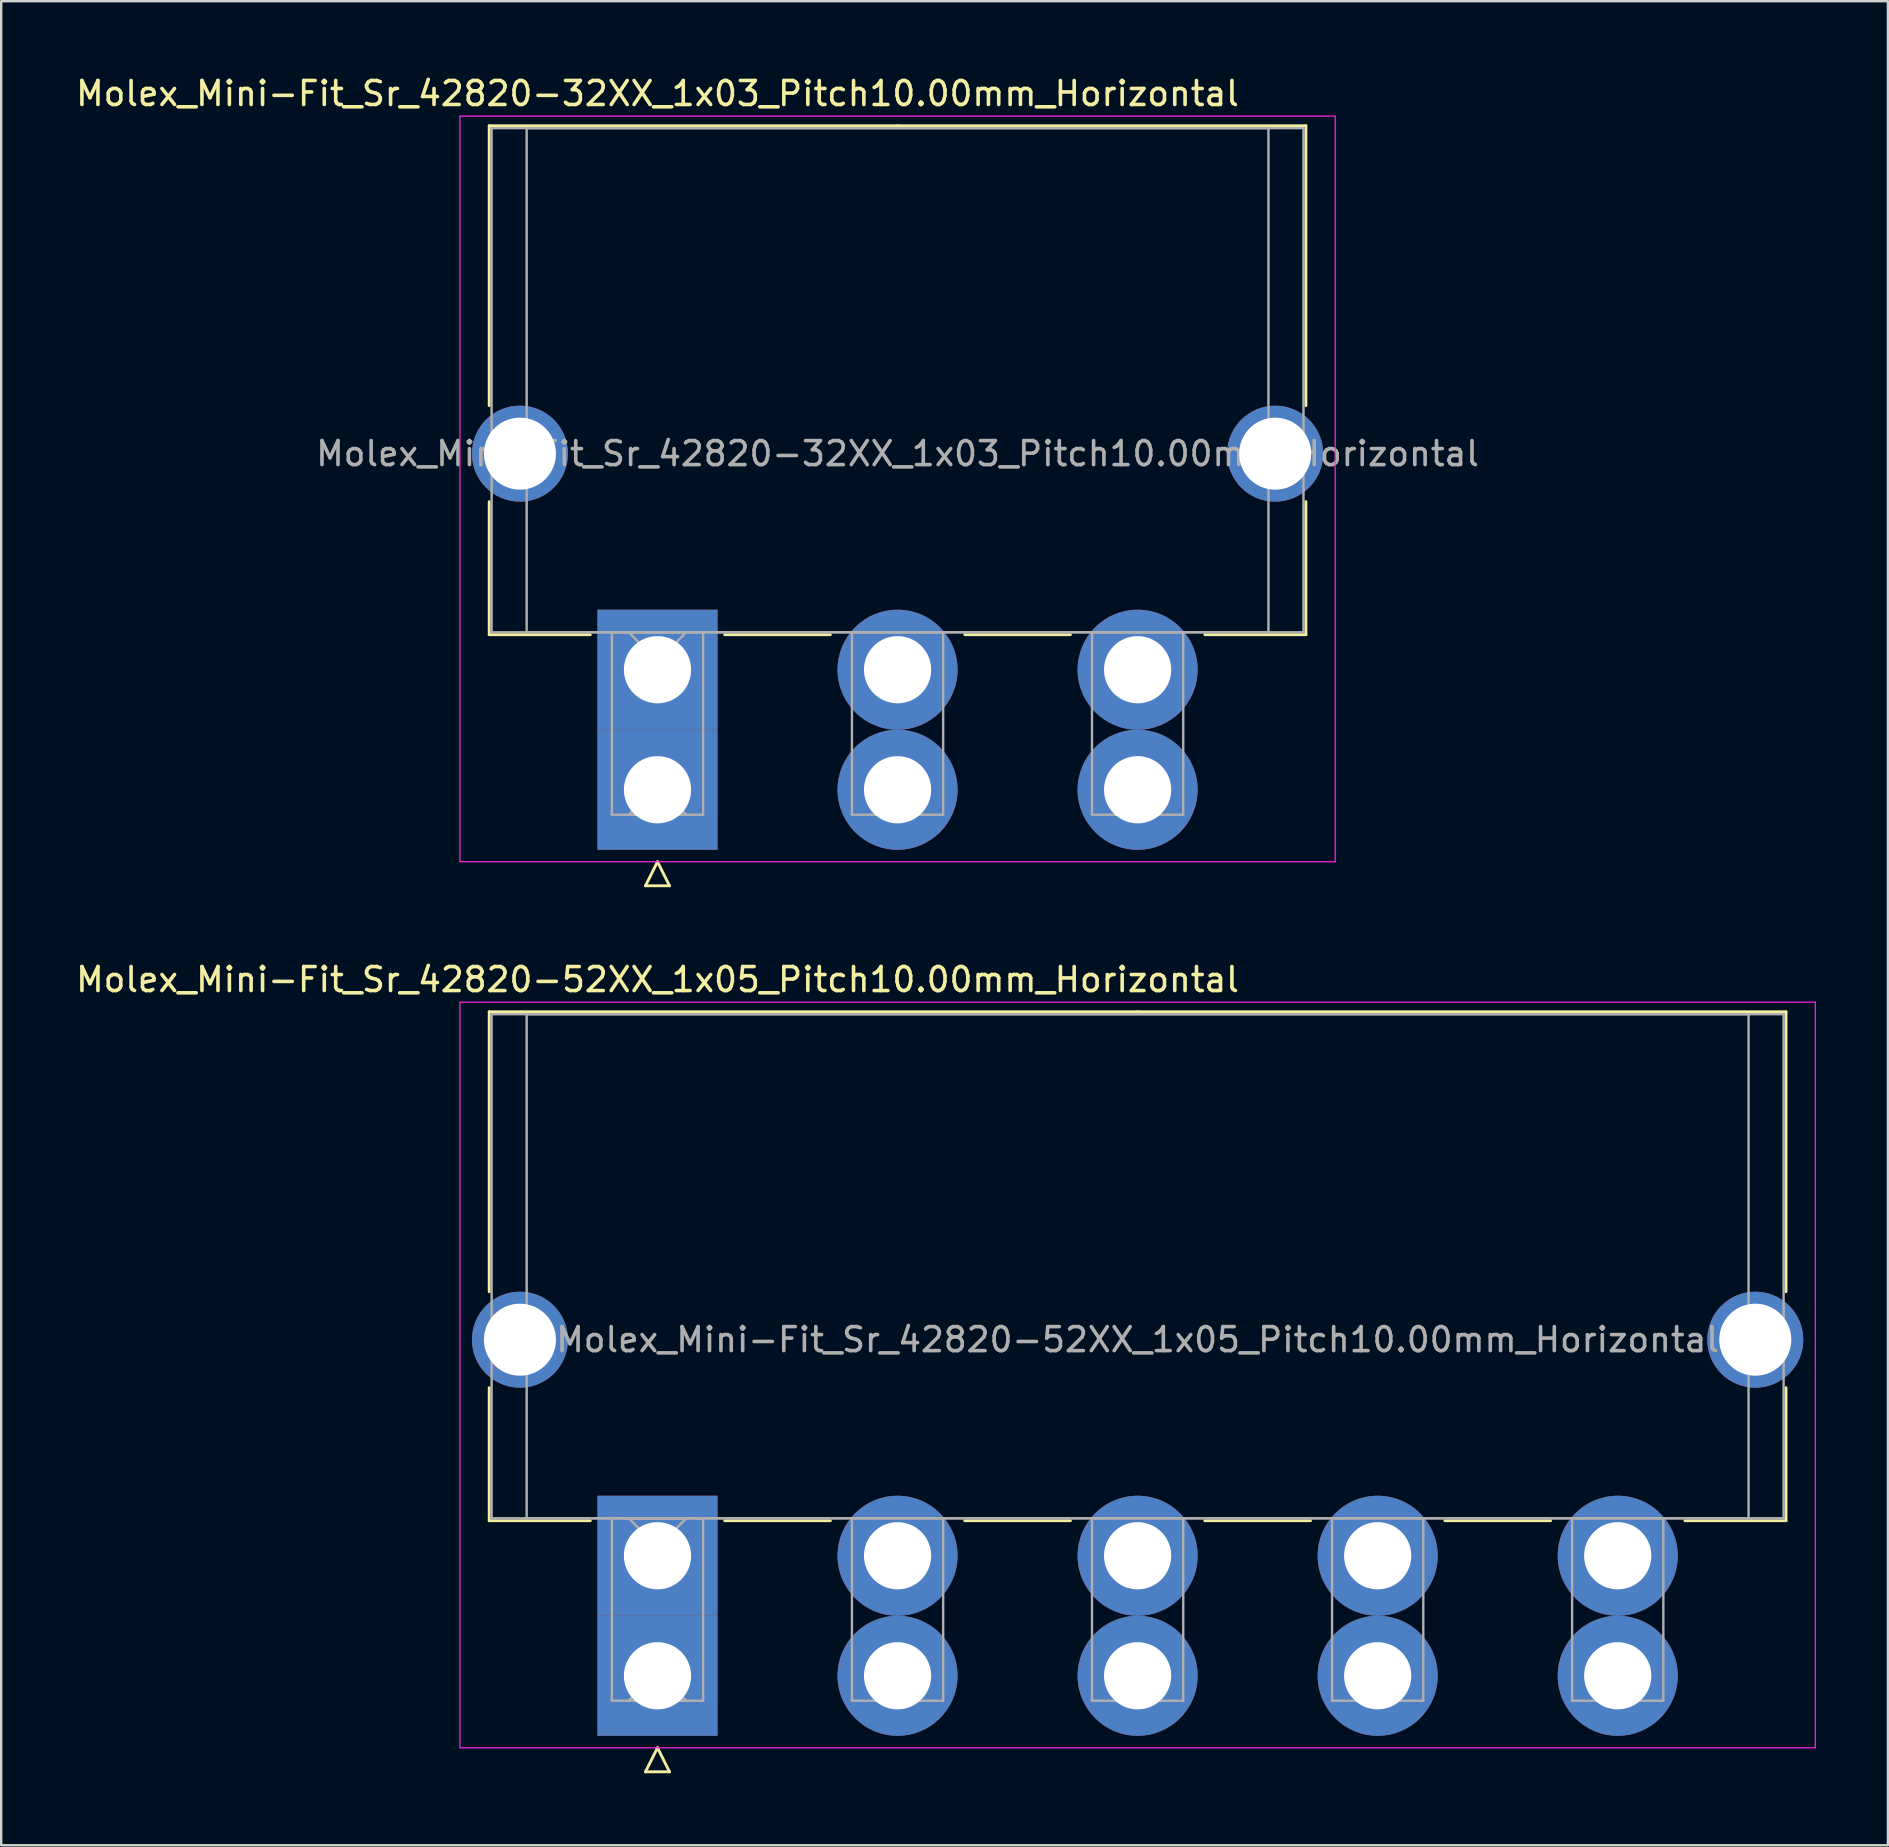
<source format=kicad_pcb>
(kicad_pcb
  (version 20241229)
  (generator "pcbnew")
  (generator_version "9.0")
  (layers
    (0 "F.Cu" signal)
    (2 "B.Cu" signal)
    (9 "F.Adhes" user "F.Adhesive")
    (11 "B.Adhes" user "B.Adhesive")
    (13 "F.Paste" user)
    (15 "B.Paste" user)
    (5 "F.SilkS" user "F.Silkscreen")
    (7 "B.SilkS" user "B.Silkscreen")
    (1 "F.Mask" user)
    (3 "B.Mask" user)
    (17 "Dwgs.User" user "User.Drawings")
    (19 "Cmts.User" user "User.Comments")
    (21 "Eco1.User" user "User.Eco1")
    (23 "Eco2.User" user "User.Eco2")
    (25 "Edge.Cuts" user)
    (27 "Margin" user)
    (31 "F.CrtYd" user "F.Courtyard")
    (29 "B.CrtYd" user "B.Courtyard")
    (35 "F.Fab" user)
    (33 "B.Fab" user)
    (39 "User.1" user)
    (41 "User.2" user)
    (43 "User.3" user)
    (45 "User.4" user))
  (footprint "Molex_Mini-Fit_Sr_42820-32XX_1x03_Pitch10.00mm_Horizontal"
    (layer "F.Cu")
    (at 24.339 24.848)
    (property "Reference" "Molex_Mini-Fit_Sr_42820-32XX_1x03_Pitch10.00mm_Horizontal" (at 0 -24 0) (layer "F.SilkS") (effects (font (size 1 1) (thickness 0.15))))
    (attr through_hole)
    (fp_line (start -7.01 -22.66) (end -7.01 -11) (stroke (width 0.12) (type solid)) (layer "F.SilkS"))
    (fp_line (start -7.01 -7) (end -7.01 -1.46) (stroke (width 0.12) (type solid)) (layer "F.SilkS"))
    (fp_line (start -7.01 -1.46) (end -2.8 -1.46) (stroke (width 0.12) (type solid)) (layer "F.SilkS"))
    (fp_line (start -0.5 9) (end 0 8) (stroke (width 0.12) (type solid)) (layer "F.SilkS"))
    (fp_line (start 0 8) (end 0.5 9) (stroke (width 0.12) (type solid)) (layer "F.SilkS"))
    (fp_line (start 0.5 9) (end -0.5 9) (stroke (width 0.12) (type solid)) (layer "F.SilkS"))
    (fp_line (start 2.8 -1.46) (end 7.2 -1.46) (stroke (width 0.12) (type solid)) (layer "F.SilkS"))
    (fp_line (start 10 -22.66) (end -7.01 -22.66) (stroke (width 0.12) (type solid)) (layer "F.SilkS"))
    (fp_line (start 10 -22.66) (end 27.01 -22.66) (stroke (width 0.12) (type solid)) (layer "F.SilkS"))
    (fp_line (start 12.8 -1.46) (end 17.2 -1.46) (stroke (width 0.12) (type solid)) (layer "F.SilkS"))
    (fp_line (start 27.01 -22.66) (end 27.01 -11) (stroke (width 0.12) (type solid)) (layer "F.SilkS"))
    (fp_line (start 27.01 -7) (end 27.01 -1.46) (stroke (width 0.12) (type solid)) (layer "F.SilkS"))
    (fp_line (start 27.01 -1.46) (end 22.8 -1.46) (stroke (width 0.12) (type solid)) (layer "F.SilkS"))
    (fp_line (start -8.23 -23.06) (end -8.23 8) (stroke (width 0.05) (type solid)) (layer "F.CrtYd"))
    (fp_line (start -8.23 8) (end 28.23 8) (stroke (width 0.05) (type solid)) (layer "F.CrtYd"))
    (fp_line (start 28.23 -23.06) (end -8.23 -23.06) (stroke (width 0.05) (type solid)) (layer "F.CrtYd"))
    (fp_line (start 28.23 8) (end 28.23 -23.06) (stroke (width 0.05) (type solid)) (layer "F.CrtYd"))
    (fp_line (start -6.91 -22.56) (end -6.91 -1.56) (stroke (width 0.1) (type solid)) (layer "F.Fab"))
    (fp_line (start -6.91 -1.56) (end 26.91 -1.56) (stroke (width 0.1) (type solid)) (layer "F.Fab"))
    (fp_line (start -5.45 -22.56) (end -5.45 -1.56) (stroke (width 0.1) (type solid)) (layer "F.Fab"))
    (fp_line (start -5.45 -1.56) (end 25.45 -1.56) (stroke (width 0.1) (type solid)) (layer "F.Fab"))
    (fp_line (start -1.9 -1.56) (end -1.9 6.04) (stroke (width 0.1) (type solid)) (layer "F.Fab"))
    (fp_line (start -1.9 6.04) (end 1.9 6.04) (stroke (width 0.1) (type solid)) (layer "F.Fab"))
    (fp_line (start -1.2 -1.56) (end 0 -0.36) (stroke (width 0.1) (type solid)) (layer "F.Fab"))
    (fp_line (start -1.2 6.04) (end 0 4.84) (stroke (width 0.1) (type solid)) (layer "F.Fab"))
    (fp_line (start 0 -0.36) (end 1.2 -1.56) (stroke (width 0.1) (type solid)) (layer "F.Fab"))
    (fp_line (start 0 4.84) (end 1.2 6.04) (stroke (width 0.1) (type solid)) (layer "F.Fab"))
    (fp_line (start 1.2 -1.56) (end -1.2 -1.56) (stroke (width 0.1) (type solid)) (layer "F.Fab"))
    (fp_line (start 1.2 6.04) (end -1.2 6.04) (stroke (width 0.1) (type solid)) (layer "F.Fab"))
    (fp_line (start 1.9 -1.56) (end -1.9 -1.56) (stroke (width 0.1) (type solid)) (layer "F.Fab"))
    (fp_line (start 1.9 6.04) (end 1.9 -1.56) (stroke (width 0.1) (type solid)) (layer "F.Fab"))
    (fp_line (start 8.1 -1.56) (end 8.1 6.04) (stroke (width 0.1) (type solid)) (layer "F.Fab"))
    (fp_line (start 8.1 6.04) (end 11.9 6.04) (stroke (width 0.1) (type solid)) (layer "F.Fab"))
    (fp_line (start 11.9 -1.56) (end 8.1 -1.56) (stroke (width 0.1) (type solid)) (layer "F.Fab"))
    (fp_line (start 11.9 6.04) (end 11.9 -1.56) (stroke (width 0.1) (type solid)) (layer "F.Fab"))
    (fp_line (start 18.1 -1.56) (end 18.1 6.04) (stroke (width 0.1) (type solid)) (layer "F.Fab"))
    (fp_line (start 18.1 6.04) (end 21.9 6.04) (stroke (width 0.1) (type solid)) (layer "F.Fab"))
    (fp_line (start 21.9 -1.56) (end 18.1 -1.56) (stroke (width 0.1) (type solid)) (layer "F.Fab"))
    (fp_line (start 21.9 6.04) (end 21.9 -1.56) (stroke (width 0.1) (type solid)) (layer "F.Fab"))
    (fp_line (start 25.45 -22.56) (end -5.45 -22.56) (stroke (width 0.1) (type solid)) (layer "F.Fab"))
    (fp_line (start 25.45 -1.56) (end 25.45 -22.56) (stroke (width 0.1) (type solid)) (layer "F.Fab"))
    (fp_line (start 26.91 -22.56) (end -6.91 -22.56) (stroke (width 0.1) (type solid)) (layer "F.Fab"))
    (fp_line (start 26.91 -1.56) (end 26.91 -22.56) (stroke (width 0.1) (type solid)) (layer "F.Fab"))
    (fp_text user "${REFERENCE}" (at 10 -9 0) (layer "F.Fab") (effects (font (size 1 1) (thickness 0.15))))
    (pad "" thru_hole circle (at -5.73 -9) (size 4 4) (drill 3) (layers "*.Cu" "*.Mask"))
    (pad "" thru_hole circle (at 25.73 -9) (size 4 4) (drill 3) (layers "*.Cu" "*.Mask"))
    (pad "1" thru_hole rect (at 0 0) (size 5 5) (drill 2.8) (layers "*.Cu" "*.Mask"))
    (pad "1" thru_hole rect (at 0 5) (size 5 5) (drill 2.8) (layers "*.Cu" "*.Mask"))
    (pad "2" thru_hole circle (at 10 0) (size 5 5) (drill 2.8) (layers "*.Cu" "*.Mask"))
    (pad "2" thru_hole circle (at 10 5) (size 5 5) (drill 2.8) (layers "*.Cu" "*.Mask"))
    (pad "3" thru_hole circle (at 20 0) (size 5 5) (drill 2.8) (layers "*.Cu" "*.Mask"))
    (pad "3" thru_hole circle (at 20 5) (size 5 5) (drill 2.8) (layers "*.Cu" "*.Mask")))
  (footprint "Molex_Mini-Fit_Sr_42820-52XX_1x05_Pitch10.00mm_Horizontal"
    (layer "F.Cu")
    (at 24.339 61.757)
    (property "Reference" "Molex_Mini-Fit_Sr_42820-52XX_1x05_Pitch10.00mm_Horizontal" (at 0 -24 0) (layer "F.SilkS") (effects (font (size 1 1) (thickness 0.15))))
    (attr through_hole)
    (fp_line (start -7.01 -22.66) (end -7.01 -11) (stroke (width 0.12) (type solid)) (layer "F.SilkS"))
    (fp_line (start -7.01 -7) (end -7.01 -1.46) (stroke (width 0.12) (type solid)) (layer "F.SilkS"))
    (fp_line (start -7.01 -1.46) (end -2.8 -1.46) (stroke (width 0.12) (type solid)) (layer "F.SilkS"))
    (fp_line (start -0.5 9) (end 0 8) (stroke (width 0.12) (type solid)) (layer "F.SilkS"))
    (fp_line (start 0 8) (end 0.5 9) (stroke (width 0.12) (type solid)) (layer "F.SilkS"))
    (fp_line (start 0.5 9) (end -0.5 9) (stroke (width 0.12) (type solid)) (layer "F.SilkS"))
    (fp_line (start 2.8 -1.46) (end 7.2 -1.46) (stroke (width 0.12) (type solid)) (layer "F.SilkS"))
    (fp_line (start 12.8 -1.46) (end 17.2 -1.46) (stroke (width 0.12) (type solid)) (layer "F.SilkS"))
    (fp_line (start 20 -22.66) (end -7.01 -22.66) (stroke (width 0.12) (type solid)) (layer "F.SilkS"))
    (fp_line (start 20 -22.66) (end 47.01 -22.66) (stroke (width 0.12) (type solid)) (layer "F.SilkS"))
    (fp_line (start 22.8 -1.46) (end 27.2 -1.46) (stroke (width 0.12) (type solid)) (layer "F.SilkS"))
    (fp_line (start 32.8 -1.46) (end 37.2 -1.46) (stroke (width 0.12) (type solid)) (layer "F.SilkS"))
    (fp_line (start 47.01 -22.66) (end 47.01 -11) (stroke (width 0.12) (type solid)) (layer "F.SilkS"))
    (fp_line (start 47.01 -7) (end 47.01 -1.46) (stroke (width 0.12) (type solid)) (layer "F.SilkS"))
    (fp_line (start 47.01 -1.46) (end 42.8 -1.46) (stroke (width 0.12) (type solid)) (layer "F.SilkS"))
    (fp_line (start -8.23 -23.06) (end -8.23 8) (stroke (width 0.05) (type solid)) (layer "F.CrtYd"))
    (fp_line (start -8.23 8) (end 48.23 8) (stroke (width 0.05) (type solid)) (layer "F.CrtYd"))
    (fp_line (start 48.23 -23.06) (end -8.23 -23.06) (stroke (width 0.05) (type solid)) (layer "F.CrtYd"))
    (fp_line (start 48.23 8) (end 48.23 -23.06) (stroke (width 0.05) (type solid)) (layer "F.CrtYd"))
    (fp_line (start -6.91 -22.56) (end -6.91 -1.56) (stroke (width 0.1) (type solid)) (layer "F.Fab"))
    (fp_line (start -6.91 -1.56) (end 46.91 -1.56) (stroke (width 0.1) (type solid)) (layer "F.Fab"))
    (fp_line (start -5.45 -22.56) (end -5.45 -1.56) (stroke (width 0.1) (type solid)) (layer "F.Fab"))
    (fp_line (start -5.45 -1.56) (end 45.45 -1.56) (stroke (width 0.1) (type solid)) (layer "F.Fab"))
    (fp_line (start -1.9 -1.56) (end -1.9 6.04) (stroke (width 0.1) (type solid)) (layer "F.Fab"))
    (fp_line (start -1.9 6.04) (end 1.9 6.04) (stroke (width 0.1) (type solid)) (layer "F.Fab"))
    (fp_line (start -1.2 -1.56) (end 0 -0.36) (stroke (width 0.1) (type solid)) (layer "F.Fab"))
    (fp_line (start -1.2 6.04) (end 0 4.84) (stroke (width 0.1) (type solid)) (layer "F.Fab"))
    (fp_line (start 0 -0.36) (end 1.2 -1.56) (stroke (width 0.1) (type solid)) (layer "F.Fab"))
    (fp_line (start 0 4.84) (end 1.2 6.04) (stroke (width 0.1) (type solid)) (layer "F.Fab"))
    (fp_line (start 1.2 -1.56) (end -1.2 -1.56) (stroke (width 0.1) (type solid)) (layer "F.Fab"))
    (fp_line (start 1.2 6.04) (end -1.2 6.04) (stroke (width 0.1) (type solid)) (layer "F.Fab"))
    (fp_line (start 1.9 -1.56) (end -1.9 -1.56) (stroke (width 0.1) (type solid)) (layer "F.Fab"))
    (fp_line (start 1.9 6.04) (end 1.9 -1.56) (stroke (width 0.1) (type solid)) (layer "F.Fab"))
    (fp_line (start 8.1 -1.56) (end 8.1 6.04) (stroke (width 0.1) (type solid)) (layer "F.Fab"))
    (fp_line (start 8.1 6.04) (end 11.9 6.04) (stroke (width 0.1) (type solid)) (layer "F.Fab"))
    (fp_line (start 11.9 -1.56) (end 8.1 -1.56) (stroke (width 0.1) (type solid)) (layer "F.Fab"))
    (fp_line (start 11.9 6.04) (end 11.9 -1.56) (stroke (width 0.1) (type solid)) (layer "F.Fab"))
    (fp_line (start 18.1 -1.56) (end 18.1 6.04) (stroke (width 0.1) (type solid)) (layer "F.Fab"))
    (fp_line (start 18.1 6.04) (end 21.9 6.04) (stroke (width 0.1) (type solid)) (layer "F.Fab"))
    (fp_line (start 21.9 -1.56) (end 18.1 -1.56) (stroke (width 0.1) (type solid)) (layer "F.Fab"))
    (fp_line (start 21.9 6.04) (end 21.9 -1.56) (stroke (width 0.1) (type solid)) (layer "F.Fab"))
    (fp_line (start 28.1 -1.56) (end 28.1 6.04) (stroke (width 0.1) (type solid)) (layer "F.Fab"))
    (fp_line (start 28.1 6.04) (end 31.9 6.04) (stroke (width 0.1) (type solid)) (layer "F.Fab"))
    (fp_line (start 31.9 -1.56) (end 28.1 -1.56) (stroke (width 0.1) (type solid)) (layer "F.Fab"))
    (fp_line (start 31.9 6.04) (end 31.9 -1.56) (stroke (width 0.1) (type solid)) (layer "F.Fab"))
    (fp_line (start 38.1 -1.56) (end 38.1 6.04) (stroke (width 0.1) (type solid)) (layer "F.Fab"))
    (fp_line (start 38.1 6.04) (end 41.9 6.04) (stroke (width 0.1) (type solid)) (layer "F.Fab"))
    (fp_line (start 41.9 -1.56) (end 38.1 -1.56) (stroke (width 0.1) (type solid)) (layer "F.Fab"))
    (fp_line (start 41.9 6.04) (end 41.9 -1.56) (stroke (width 0.1) (type solid)) (layer "F.Fab"))
    (fp_line (start 45.45 -22.56) (end -5.45 -22.56) (stroke (width 0.1) (type solid)) (layer "F.Fab"))
    (fp_line (start 45.45 -1.56) (end 45.45 -22.56) (stroke (width 0.1) (type solid)) (layer "F.Fab"))
    (fp_line (start 46.91 -22.56) (end -6.91 -22.56) (stroke (width 0.1) (type solid)) (layer "F.Fab"))
    (fp_line (start 46.91 -1.56) (end 46.91 -22.56) (stroke (width 0.1) (type solid)) (layer "F.Fab"))
    (fp_text user "${REFERENCE}" (at 20 -9 0) (layer "F.Fab") (effects (font (size 1 1) (thickness 0.15))))
    (pad "" thru_hole circle (at -5.73 -9) (size 4 4) (drill 3) (layers "*.Cu" "*.Mask"))
    (pad "" thru_hole circle (at 45.73 -9) (size 4 4) (drill 3) (layers "*.Cu" "*.Mask"))
    (pad "1" thru_hole rect (at 0 0) (size 5 5) (drill 2.8) (layers "*.Cu" "*.Mask"))
    (pad "1" thru_hole rect (at 0 5) (size 5 5) (drill 2.8) (layers "*.Cu" "*.Mask"))
    (pad "2" thru_hole circle (at 10 0) (size 5 5) (drill 2.8) (layers "*.Cu" "*.Mask"))
    (pad "2" thru_hole circle (at 10 5) (size 5 5) (drill 2.8) (layers "*.Cu" "*.Mask"))
    (pad "3" thru_hole circle (at 20 0) (size 5 5) (drill 2.8) (layers "*.Cu" "*.Mask"))
    (pad "3" thru_hole circle (at 20 5) (size 5 5) (drill 2.8) (layers "*.Cu" "*.Mask"))
    (pad "4" thru_hole circle (at 30 0) (size 5 5) (drill 2.8) (layers "*.Cu" "*.Mask"))
    (pad "4" thru_hole circle (at 30 5) (size 5 5) (drill 2.8) (layers "*.Cu" "*.Mask"))
    (pad "5" thru_hole circle (at 40 0) (size 5 5) (drill 2.8) (layers "*.Cu" "*.Mask"))
    (pad "5" thru_hole circle (at 40 5) (size 5 5) (drill 2.8) (layers "*.Cu" "*.Mask")))
  (gr_rect
    (start -3 -3)
    (end 75.594 73.817)
    (stroke (width 0.1) (type default))
    (fill no)
    (layer "Edge.Cuts")))
</source>
